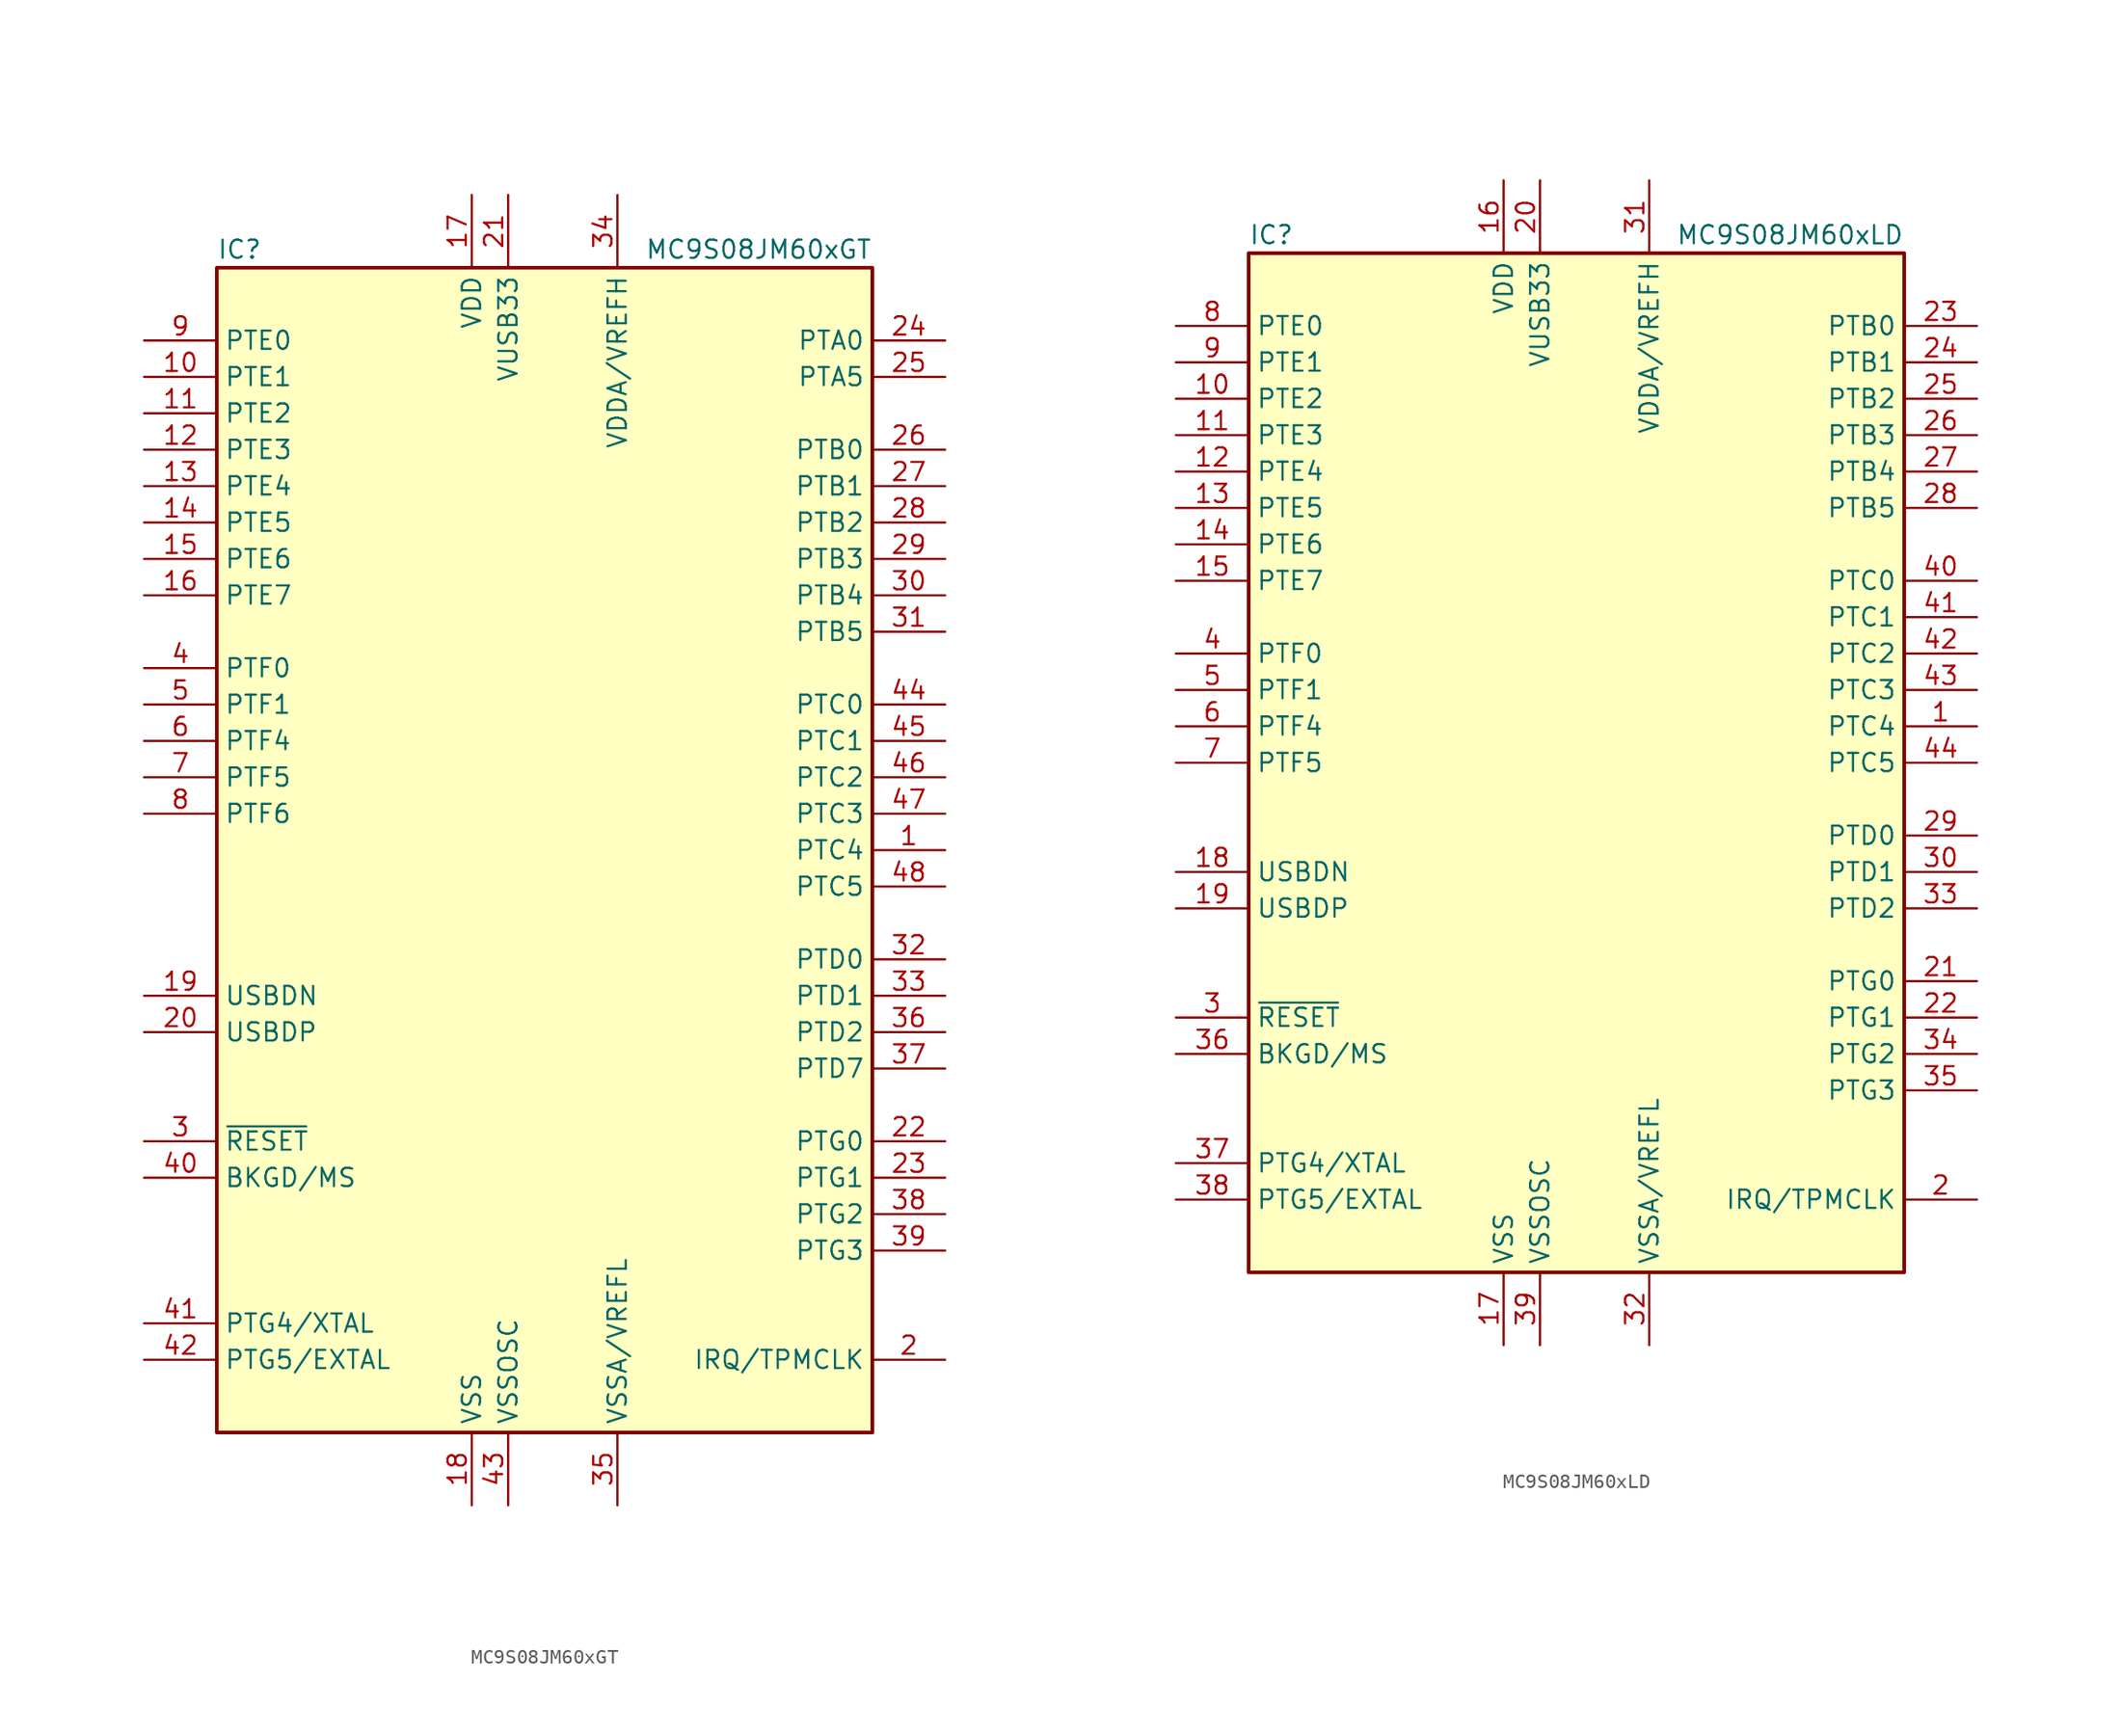
<source format=kicad_sym>
(kicad_symbol_lib
  (version 20201005)
  (generator kicad_symbol_editor)
  (symbol "MCU_NXP_S08:MC9S08JM60xGT"
    (property "Reference" "IC"
      (at -22.86 41.91 0)
      (effects (font (size 1.27 1.27)) (justify left)))
    (property "Value" "MC9S08JM60xGT"
      (at 22.86 41.91 0)
      (effects (font (size 1.27 1.27)) (justify right)))
    (symbol "MC9S08JM60xGT_0_1"
      (rectangle (start -22.86 40.64) (end 22.86 -40.64) (stroke (width 0.254)) (fill (type background))))
    (symbol "MC9S08JM60xGT_1_1"
      (pin bidirectional line (at 27.94 0 180) (length 5.08) (name "PTC4" (effects (font (size 1.27 1.27)))) (number "1" (effects (font (size 1.27 1.27)))))
      (pin bidirectional line (at -27.94 33.02 0) (length 5.08) (name "PTE1" (effects (font (size 1.27 1.27)))) (number "10" (effects (font (size 1.27 1.27)))))
      (pin bidirectional line (at -27.94 30.48 0) (length 5.08) (name "PTE2" (effects (font (size 1.27 1.27)))) (number "11" (effects (font (size 1.27 1.27)))))
      (pin bidirectional line (at -27.94 27.94 0) (length 5.08) (name "PTE3" (effects (font (size 1.27 1.27)))) (number "12" (effects (font (size 1.27 1.27)))))
      (pin bidirectional line (at -27.94 25.4 0) (length 5.08) (name "PTE4" (effects (font (size 1.27 1.27)))) (number "13" (effects (font (size 1.27 1.27)))))
      (pin bidirectional line (at -27.94 22.86 0) (length 5.08) (name "PTE5" (effects (font (size 1.27 1.27)))) (number "14" (effects (font (size 1.27 1.27)))))
      (pin bidirectional line (at -27.94 20.32 0) (length 5.08) (name "PTE6" (effects (font (size 1.27 1.27)))) (number "15" (effects (font (size 1.27 1.27)))))
      (pin bidirectional line (at -27.94 17.78 0) (length 5.08) (name "PTE7" (effects (font (size 1.27 1.27)))) (number "16" (effects (font (size 1.27 1.27)))))
      (pin power_in line (at -5.08 45.72 270) (length 5.08) (name "VDD" (effects (font (size 1.27 1.27)))) (number "17" (effects (font (size 1.27 1.27)))))
      (pin power_in line (at -5.08 -45.72 90) (length 5.08) (name "VSS" (effects (font (size 1.27 1.27)))) (number "18" (effects (font (size 1.27 1.27)))))
      (pin bidirectional line (at -27.94 -10.16 0) (length 5.08) (name "USBDN" (effects (font (size 1.27 1.27)))) (number "19" (effects (font (size 1.27 1.27)))))
      (pin bidirectional line (at 27.94 -35.56 180) (length 5.08) (name "IRQ/TPMCLK" (effects (font (size 1.27 1.27)))) (number "2" (effects (font (size 1.27 1.27)))))
      (pin bidirectional line (at -27.94 -12.7 0) (length 5.08) (name "USBDP" (effects (font (size 1.27 1.27)))) (number "20" (effects (font (size 1.27 1.27)))))
      (pin power_out line (at -2.54 45.72 270) (length 5.08) (name "VUSB33" (effects (font (size 1.27 1.27)))) (number "21" (effects (font (size 1.27 1.27)))))
      (pin bidirectional line (at 27.94 -20.32 180) (length 5.08) (name "PTG0" (effects (font (size 1.27 1.27)))) (number "22" (effects (font (size 1.27 1.27)))))
      (pin bidirectional line (at 27.94 -22.86 180) (length 5.08) (name "PTG1" (effects (font (size 1.27 1.27)))) (number "23" (effects (font (size 1.27 1.27)))))
      (pin bidirectional line (at 27.94 35.56 180) (length 5.08) (name "PTA0" (effects (font (size 1.27 1.27)))) (number "24" (effects (font (size 1.27 1.27)))))
      (pin bidirectional line (at 27.94 33.02 180) (length 5.08) (name "PTA5" (effects (font (size 1.27 1.27)))) (number "25" (effects (font (size 1.27 1.27)))))
      (pin bidirectional line (at 27.94 27.94 180) (length 5.08) (name "PTB0" (effects (font (size 1.27 1.27)))) (number "26" (effects (font (size 1.27 1.27)))))
      (pin bidirectional line (at 27.94 25.4 180) (length 5.08) (name "PTB1" (effects (font (size 1.27 1.27)))) (number "27" (effects (font (size 1.27 1.27)))))
      (pin bidirectional line (at 27.94 22.86 180) (length 5.08) (name "PTB2" (effects (font (size 1.27 1.27)))) (number "28" (effects (font (size 1.27 1.27)))))
      (pin bidirectional line (at 27.94 20.32 180) (length 5.08) (name "PTB3" (effects (font (size 1.27 1.27)))) (number "29" (effects (font (size 1.27 1.27)))))
      (pin input line (at -27.94 -20.32 0) (length 5.08) (name "~RESET" (effects (font (size 1.27 1.27)))) (number "3" (effects (font (size 1.27 1.27)))))
      (pin bidirectional line (at 27.94 17.78 180) (length 5.08) (name "PTB4" (effects (font (size 1.27 1.27)))) (number "30" (effects (font (size 1.27 1.27)))))
      (pin bidirectional line (at 27.94 15.24 180) (length 5.08) (name "PTB5" (effects (font (size 1.27 1.27)))) (number "31" (effects (font (size 1.27 1.27)))))
      (pin bidirectional line (at 27.94 -7.62 180) (length 5.08) (name "PTD0" (effects (font (size 1.27 1.27)))) (number "32" (effects (font (size 1.27 1.27)))))
      (pin bidirectional line (at 27.94 -10.16 180) (length 5.08) (name "PTD1" (effects (font (size 1.27 1.27)))) (number "33" (effects (font (size 1.27 1.27)))))
      (pin power_in line (at 5.08 45.72 270) (length 5.08) (name "VDDA/VREFH" (effects (font (size 1.27 1.27)))) (number "34" (effects (font (size 1.27 1.27)))))
      (pin power_in line (at 5.08 -45.72 90) (length 5.08) (name "VSSA/VREFL" (effects (font (size 1.27 1.27)))) (number "35" (effects (font (size 1.27 1.27)))))
      (pin bidirectional line (at 27.94 -12.7 180) (length 5.08) (name "PTD2" (effects (font (size 1.27 1.27)))) (number "36" (effects (font (size 1.27 1.27)))))
      (pin bidirectional line (at 27.94 -15.24 180) (length 5.08) (name "PTD7" (effects (font (size 1.27 1.27)))) (number "37" (effects (font (size 1.27 1.27)))))
      (pin bidirectional line (at 27.94 -25.4 180) (length 5.08) (name "PTG2" (effects (font (size 1.27 1.27)))) (number "38" (effects (font (size 1.27 1.27)))))
      (pin bidirectional line (at 27.94 -27.94 180) (length 5.08) (name "PTG3" (effects (font (size 1.27 1.27)))) (number "39" (effects (font (size 1.27 1.27)))))
      (pin bidirectional line (at -27.94 12.7 0) (length 5.08) (name "PTF0" (effects (font (size 1.27 1.27)))) (number "4" (effects (font (size 1.27 1.27)))))
      (pin bidirectional line (at -27.94 -22.86 0) (length 5.08) (name "BKGD/MS" (effects (font (size 1.27 1.27)))) (number "40" (effects (font (size 1.27 1.27)))))
      (pin bidirectional line (at -27.94 -33.02 0) (length 5.08) (name "PTG4/XTAL" (effects (font (size 1.27 1.27)))) (number "41" (effects (font (size 1.27 1.27)))))
      (pin bidirectional line (at -27.94 -35.56 0) (length 5.08) (name "PTG5/EXTAL" (effects (font (size 1.27 1.27)))) (number "42" (effects (font (size 1.27 1.27)))))
      (pin power_in line (at -2.54 -45.72 90) (length 5.08) (name "VSSOSC" (effects (font (size 1.27 1.27)))) (number "43" (effects (font (size 1.27 1.27)))))
      (pin bidirectional line (at 27.94 10.16 180) (length 5.08) (name "PTC0" (effects (font (size 1.27 1.27)))) (number "44" (effects (font (size 1.27 1.27)))))
      (pin bidirectional line (at 27.94 7.62 180) (length 5.08) (name "PTC1" (effects (font (size 1.27 1.27)))) (number "45" (effects (font (size 1.27 1.27)))))
      (pin bidirectional line (at 27.94 5.08 180) (length 5.08) (name "PTC2" (effects (font (size 1.27 1.27)))) (number "46" (effects (font (size 1.27 1.27)))))
      (pin bidirectional line (at 27.94 2.54 180) (length 5.08) (name "PTC3" (effects (font (size 1.27 1.27)))) (number "47" (effects (font (size 1.27 1.27)))))
      (pin bidirectional line (at 27.94 -2.54 180) (length 5.08) (name "PTC5" (effects (font (size 1.27 1.27)))) (number "48" (effects (font (size 1.27 1.27)))))
      (pin bidirectional line (at -27.94 10.16 0) (length 5.08) (name "PTF1" (effects (font (size 1.27 1.27)))) (number "5" (effects (font (size 1.27 1.27)))))
      (pin bidirectional line (at -27.94 7.62 0) (length 5.08) (name "PTF4" (effects (font (size 1.27 1.27)))) (number "6" (effects (font (size 1.27 1.27)))))
      (pin bidirectional line (at -27.94 5.08 0) (length 5.08) (name "PTF5" (effects (font (size 1.27 1.27)))) (number "7" (effects (font (size 1.27 1.27)))))
      (pin bidirectional line (at -27.94 2.54 0) (length 5.08) (name "PTF6" (effects (font (size 1.27 1.27)))) (number "8" (effects (font (size 1.27 1.27)))))
      (pin bidirectional line (at -27.94 35.56 0) (length 5.08) (name "PTE0" (effects (font (size 1.27 1.27)))) (number "9" (effects (font (size 1.27 1.27)))))))
  (symbol "MCU_NXP_S08:MC9S08JM60xLD"
    (property "Reference" "IC"
      (at -22.86 36.83 0)
      (effects (font (size 1.27 1.27)) (justify left)))
    (property "Value" "MC9S08JM60xLD"
      (at 22.86 36.83 0)
      (effects (font (size 1.27 1.27)) (justify right)))
    (symbol "MC9S08JM60xLD_0_1"
      (rectangle (start -22.86 35.56) (end 22.86 -35.56) (stroke (width 0.254)) (fill (type background))))
    (symbol "MC9S08JM60xLD_1_1"
      (pin bidirectional line (at 27.94 2.54 180) (length 5.08) (name "PTC4" (effects (font (size 1.27 1.27)))) (number "1" (effects (font (size 1.27 1.27)))))
      (pin bidirectional line (at -27.94 25.4 0) (length 5.08) (name "PTE2" (effects (font (size 1.27 1.27)))) (number "10" (effects (font (size 1.27 1.27)))))
      (pin bidirectional line (at -27.94 22.86 0) (length 5.08) (name "PTE3" (effects (font (size 1.27 1.27)))) (number "11" (effects (font (size 1.27 1.27)))))
      (pin bidirectional line (at -27.94 20.32 0) (length 5.08) (name "PTE4" (effects (font (size 1.27 1.27)))) (number "12" (effects (font (size 1.27 1.27)))))
      (pin bidirectional line (at -27.94 17.78 0) (length 5.08) (name "PTE5" (effects (font (size 1.27 1.27)))) (number "13" (effects (font (size 1.27 1.27)))))
      (pin bidirectional line (at -27.94 15.24 0) (length 5.08) (name "PTE6" (effects (font (size 1.27 1.27)))) (number "14" (effects (font (size 1.27 1.27)))))
      (pin bidirectional line (at -27.94 12.7 0) (length 5.08) (name "PTE7" (effects (font (size 1.27 1.27)))) (number "15" (effects (font (size 1.27 1.27)))))
      (pin power_in line (at -5.08 40.64 270) (length 5.08) (name "VDD" (effects (font (size 1.27 1.27)))) (number "16" (effects (font (size 1.27 1.27)))))
      (pin power_in line (at -5.08 -40.64 90) (length 5.08) (name "VSS" (effects (font (size 1.27 1.27)))) (number "17" (effects (font (size 1.27 1.27)))))
      (pin bidirectional line (at -27.94 -7.62 0) (length 5.08) (name "USBDN" (effects (font (size 1.27 1.27)))) (number "18" (effects (font (size 1.27 1.27)))))
      (pin bidirectional line (at -27.94 -10.16 0) (length 5.08) (name "USBDP" (effects (font (size 1.27 1.27)))) (number "19" (effects (font (size 1.27 1.27)))))
      (pin bidirectional line (at 27.94 -30.48 180) (length 5.08) (name "IRQ/TPMCLK" (effects (font (size 1.27 1.27)))) (number "2" (effects (font (size 1.27 1.27)))))
      (pin power_out line (at -2.54 40.64 270) (length 5.08) (name "VUSB33" (effects (font (size 1.27 1.27)))) (number "20" (effects (font (size 1.27 1.27)))))
      (pin bidirectional line (at 27.94 -15.24 180) (length 5.08) (name "PTG0" (effects (font (size 1.27 1.27)))) (number "21" (effects (font (size 1.27 1.27)))))
      (pin bidirectional line (at 27.94 -17.78 180) (length 5.08) (name "PTG1" (effects (font (size 1.27 1.27)))) (number "22" (effects (font (size 1.27 1.27)))))
      (pin bidirectional line (at 27.94 30.48 180) (length 5.08) (name "PTB0" (effects (font (size 1.27 1.27)))) (number "23" (effects (font (size 1.27 1.27)))))
      (pin bidirectional line (at 27.94 27.94 180) (length 5.08) (name "PTB1" (effects (font (size 1.27 1.27)))) (number "24" (effects (font (size 1.27 1.27)))))
      (pin bidirectional line (at 27.94 25.4 180) (length 5.08) (name "PTB2" (effects (font (size 1.27 1.27)))) (number "25" (effects (font (size 1.27 1.27)))))
      (pin bidirectional line (at 27.94 22.86 180) (length 5.08) (name "PTB3" (effects (font (size 1.27 1.27)))) (number "26" (effects (font (size 1.27 1.27)))))
      (pin bidirectional line (at 27.94 20.32 180) (length 5.08) (name "PTB4" (effects (font (size 1.27 1.27)))) (number "27" (effects (font (size 1.27 1.27)))))
      (pin bidirectional line (at 27.94 17.78 180) (length 5.08) (name "PTB5" (effects (font (size 1.27 1.27)))) (number "28" (effects (font (size 1.27 1.27)))))
      (pin bidirectional line (at 27.94 -5.08 180) (length 5.08) (name "PTD0" (effects (font (size 1.27 1.27)))) (number "29" (effects (font (size 1.27 1.27)))))
      (pin input line (at -27.94 -17.78 0) (length 5.08) (name "~RESET" (effects (font (size 1.27 1.27)))) (number "3" (effects (font (size 1.27 1.27)))))
      (pin bidirectional line (at 27.94 -7.62 180) (length 5.08) (name "PTD1" (effects (font (size 1.27 1.27)))) (number "30" (effects (font (size 1.27 1.27)))))
      (pin power_in line (at 5.08 40.64 270) (length 5.08) (name "VDDA/VREFH" (effects (font (size 1.27 1.27)))) (number "31" (effects (font (size 1.27 1.27)))))
      (pin power_in line (at 5.08 -40.64 90) (length 5.08) (name "VSSA/VREFL" (effects (font (size 1.27 1.27)))) (number "32" (effects (font (size 1.27 1.27)))))
      (pin bidirectional line (at 27.94 -10.16 180) (length 5.08) (name "PTD2" (effects (font (size 1.27 1.27)))) (number "33" (effects (font (size 1.27 1.27)))))
      (pin bidirectional line (at 27.94 -20.32 180) (length 5.08) (name "PTG2" (effects (font (size 1.27 1.27)))) (number "34" (effects (font (size 1.27 1.27)))))
      (pin bidirectional line (at 27.94 -22.86 180) (length 5.08) (name "PTG3" (effects (font (size 1.27 1.27)))) (number "35" (effects (font (size 1.27 1.27)))))
      (pin bidirectional line (at -27.94 -20.32 0) (length 5.08) (name "BKGD/MS" (effects (font (size 1.27 1.27)))) (number "36" (effects (font (size 1.27 1.27)))))
      (pin bidirectional line (at -27.94 -27.94 0) (length 5.08) (name "PTG4/XTAL" (effects (font (size 1.27 1.27)))) (number "37" (effects (font (size 1.27 1.27)))))
      (pin bidirectional line (at -27.94 -30.48 0) (length 5.08) (name "PTG5/EXTAL" (effects (font (size 1.27 1.27)))) (number "38" (effects (font (size 1.27 1.27)))))
      (pin power_in line (at -2.54 -40.64 90) (length 5.08) (name "VSSOSC" (effects (font (size 1.27 1.27)))) (number "39" (effects (font (size 1.27 1.27)))))
      (pin bidirectional line (at -27.94 7.62 0) (length 5.08) (name "PTF0" (effects (font (size 1.27 1.27)))) (number "4" (effects (font (size 1.27 1.27)))))
      (pin bidirectional line (at 27.94 12.7 180) (length 5.08) (name "PTC0" (effects (font (size 1.27 1.27)))) (number "40" (effects (font (size 1.27 1.27)))))
      (pin bidirectional line (at 27.94 10.16 180) (length 5.08) (name "PTC1" (effects (font (size 1.27 1.27)))) (number "41" (effects (font (size 1.27 1.27)))))
      (pin bidirectional line (at 27.94 7.62 180) (length 5.08) (name "PTC2" (effects (font (size 1.27 1.27)))) (number "42" (effects (font (size 1.27 1.27)))))
      (pin bidirectional line (at 27.94 5.08 180) (length 5.08) (name "PTC3" (effects (font (size 1.27 1.27)))) (number "43" (effects (font (size 1.27 1.27)))))
      (pin bidirectional line (at 27.94 0 180) (length 5.08) (name "PTC5" (effects (font (size 1.27 1.27)))) (number "44" (effects (font (size 1.27 1.27)))))
      (pin bidirectional line (at -27.94 5.08 0) (length 5.08) (name "PTF1" (effects (font (size 1.27 1.27)))) (number "5" (effects (font (size 1.27 1.27)))))
      (pin bidirectional line (at -27.94 2.54 0) (length 5.08) (name "PTF4" (effects (font (size 1.27 1.27)))) (number "6" (effects (font (size 1.27 1.27)))))
      (pin bidirectional line (at -27.94 0 0) (length 5.08) (name "PTF5" (effects (font (size 1.27 1.27)))) (number "7" (effects (font (size 1.27 1.27)))))
      (pin bidirectional line (at -27.94 30.48 0) (length 5.08) (name "PTE0" (effects (font (size 1.27 1.27)))) (number "8" (effects (font (size 1.27 1.27)))))
      (pin bidirectional line (at -27.94 27.94 0) (length 5.08) (name "PTE1" (effects (font (size 1.27 1.27)))) (number "9" (effects (font (size 1.27 1.27))))))))
</source>
